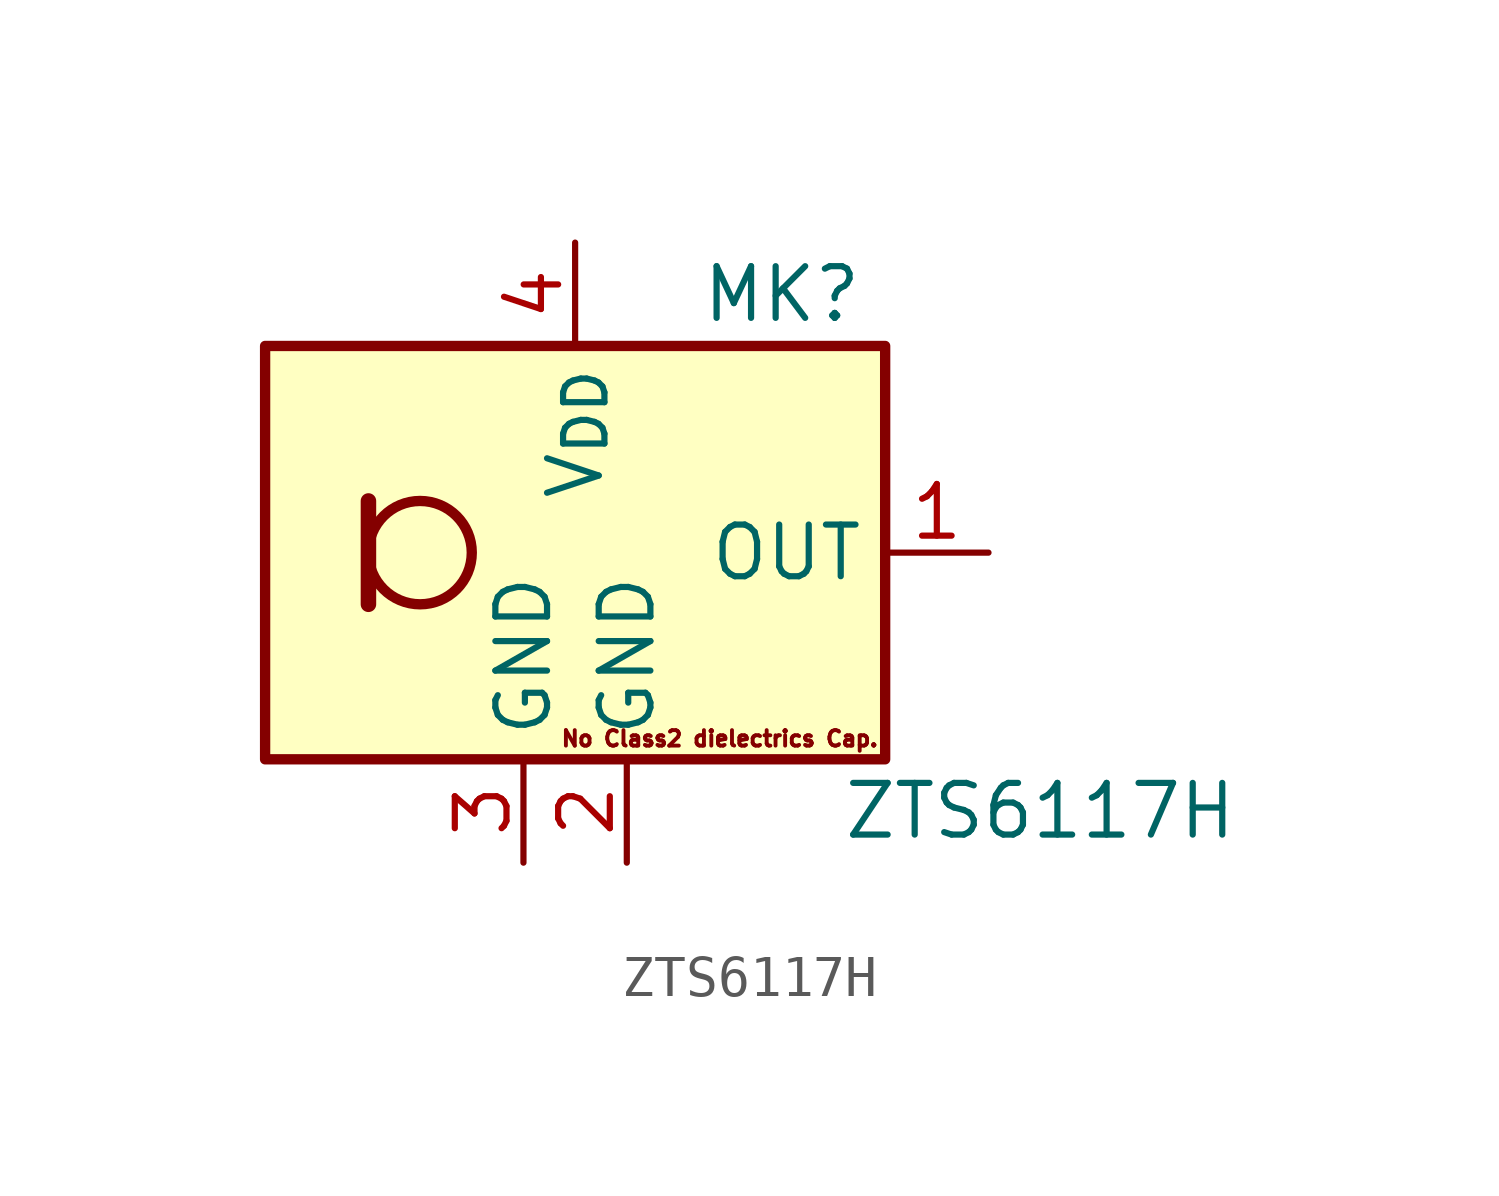
<source format=kicad_sym>
(kicad_symbol_lib
  (version 20231120)
  (generator "kicad_symbol_editor")
  (generator_version "8.0")
  (symbol "ZTS6117H"
    (property "Reference" "MK"
      (at 5.08 6.35 0)
      (effects (font (size 1.27 1.27))))
    (property "Value" "ZTS6117H"
      (at 11.43 -6.35 0)
      (effects (font (size 1.27 1.27))))
    (symbol "ZTS6117H_1_1"
      (rectangle (start -7.62 5.08) (end 7.62 -5.08) (stroke (width 0.254) (type default)) (fill (type background)))
      (circle (center -3.81 0) (radius 1.27) (stroke (width 0.254) (type default)) (fill (type none)))
      (polyline (pts (xy -5.08 1.27) (xy -5.08 -1.27)) (stroke (width 0.381) (type default)) (fill (type none)))
      (text "No Class2 dielectrics Cap." (at 3.556 -4.572 0) (effects (font (size 0.381 0.381))))
      (pin output line (at 10.16 0 180) (length 2.54) (name "OUT" (effects (font (size 1.27 1.27)))) (number "1" (effects (font (size 1.27 1.27)))))
      (pin power_in line (at 1.27 -7.62 90) (length 2.54) (name "GND" (effects (font (size 1.27 1.27)))) (number "2" (effects (font (size 1.27 1.27)))))
      (pin power_in line (at -1.27 -7.62 90) (length 2.54) (name "GND" (effects (font (size 1.27 1.27)))) (number "3" (effects (font (size 1.27 1.27)))))
      (pin power_in line (at 0 7.62 270) (length 2.54) (name "V_{DD}" (effects (font (size 1.27 1.27)))) (number "4" (effects (font (size 1.27 1.27))))))))
</source>
